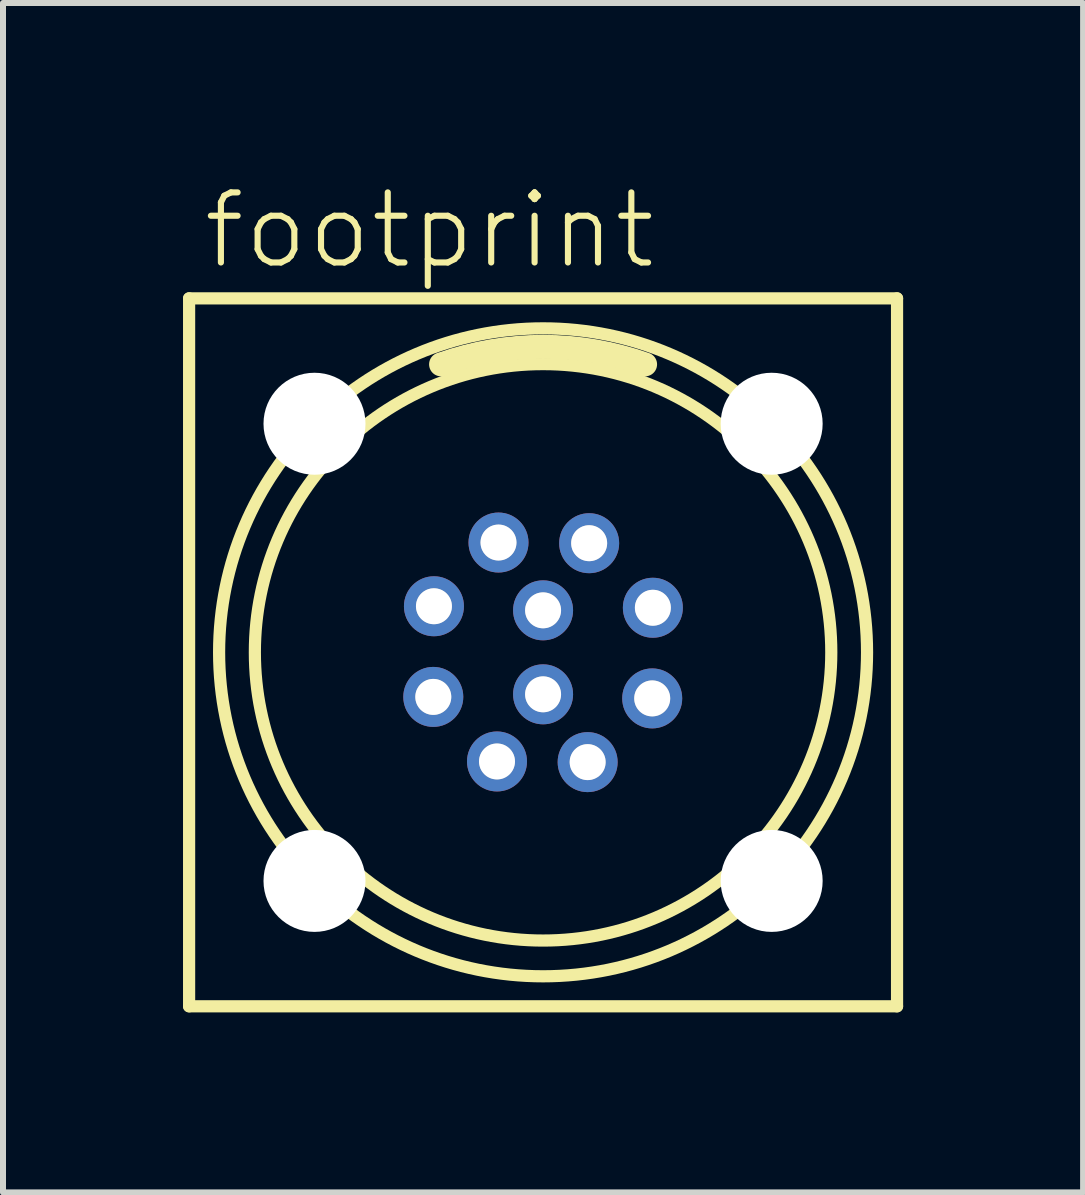
<source format=kicad_pcb>
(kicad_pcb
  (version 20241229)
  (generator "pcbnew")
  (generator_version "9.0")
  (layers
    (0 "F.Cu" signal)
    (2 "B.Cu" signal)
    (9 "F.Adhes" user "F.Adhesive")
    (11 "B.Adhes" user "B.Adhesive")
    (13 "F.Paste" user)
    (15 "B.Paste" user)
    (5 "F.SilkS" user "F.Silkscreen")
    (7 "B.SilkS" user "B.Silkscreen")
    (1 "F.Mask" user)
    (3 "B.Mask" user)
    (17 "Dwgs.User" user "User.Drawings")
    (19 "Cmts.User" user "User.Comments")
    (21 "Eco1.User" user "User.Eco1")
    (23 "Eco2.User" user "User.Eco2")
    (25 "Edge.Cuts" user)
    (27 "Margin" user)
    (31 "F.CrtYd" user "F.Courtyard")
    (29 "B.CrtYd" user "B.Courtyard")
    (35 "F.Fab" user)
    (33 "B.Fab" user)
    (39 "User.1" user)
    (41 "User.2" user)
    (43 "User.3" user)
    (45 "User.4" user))
  (footprint "footprint"
    (layer "F.Cu")
    (at 6.002 7.823)
    (property "Reference" "footprint" (at -5.715 -6.35 0) (layer "F.SilkS") (effects (font (size 1.168 1.168) (thickness 0.102)) (justify left bottom)))
    (fp_line (start -5.9 -5.9) (end 5.9 -5.9) (stroke (width 0.203) (type solid)) (layer "F.SilkS"))
    (fp_line (start -5.9 5.9) (end -5.9 -5.9) (stroke (width 0.203) (type solid)) (layer "F.SilkS"))
    (fp_line (start 5.9 -5.9) (end 5.9 5.9) (stroke (width 0.203) (type solid)) (layer "F.SilkS"))
    (fp_line (start 5.9 5.9) (end -5.9 5.9) (stroke (width 0.203) (type solid)) (layer "F.SilkS"))
    (fp_arc (start -1.7 -4.8) (mid 0 -5.092151) (end 1.7 -4.8) (stroke (width 0.4) (type solid)) (layer "F.SilkS"))
    (fp_circle (center 0 0) (end 4.804 0) (stroke (width 0.203) (type solid)) (fill no) (layer "F.SilkS"))
    (fp_circle (center 0 0) (end 5.4 0) (stroke (width 0.203) (type solid)) (fill no) (layer "F.SilkS"))
    (fp_circle (center -1.83 0.743) (end -1.631 0.743) (stroke (width 0.203) (type solid)) (fill no) (layer "F.Fab"))
    (fp_circle (center -1.819 -0.768) (end -1.621 -0.768) (stroke (width 0.203) (type solid)) (fill no) (layer "F.Fab"))
    (fp_circle (center -0.768 1.819) (end -0.57 1.819) (stroke (width 0.203) (type solid)) (fill no) (layer "F.Fab"))
    (fp_circle (center -0.743 -1.83) (end -0.545 -1.83) (stroke (width 0.203) (type solid)) (fill no) (layer "F.Fab"))
    (fp_circle (center 0 -0.7) (end 0.198 -0.7) (stroke (width 0.203) (type solid)) (fill no) (layer "F.Fab"))
    (fp_circle (center 0 0.7) (end 0.198 0.7) (stroke (width 0.203) (type solid)) (fill no) (layer "F.Fab"))
    (fp_circle (center 0.743 1.83) (end 0.941 1.83) (stroke (width 0.203) (type solid)) (fill no) (layer "F.Fab"))
    (fp_circle (center 0.768 -1.819) (end 0.967 -1.819) (stroke (width 0.203) (type solid)) (fill no) (layer "F.Fab"))
    (fp_circle (center 1.819 0.768) (end 2.018 0.768) (stroke (width 0.203) (type solid)) (fill no) (layer "F.Fab"))
    (fp_circle (center 1.83 -0.743) (end 2.028 -0.743) (stroke (width 0.203) (type solid)) (fill no) (layer "F.Fab"))
    (pad "" np_thru_hole circle (at -3.81 -3.81) (size 1.7 1.7) (drill 1.7) (layers "*.Cu" "*.Mask"))
    (pad "" np_thru_hole circle (at -3.81 3.81) (size 1.7 1.7) (drill 1.7) (layers "*.Cu" "*.Mask"))
    (pad "" np_thru_hole circle (at 3.81 -3.81) (size 1.7 1.7) (drill 1.7) (layers "*.Cu" "*.Mask"))
    (pad "" np_thru_hole circle (at 3.81 3.81) (size 1.7 1.7) (drill 1.7) (layers "*.Cu" "*.Mask"))
    (pad "1" thru_hole circle (at -0.743 -1.83 112.1) (size 1 1) (drill 0.6) (layers "*.Cu" "*.Mask"))
    (pad "2" thru_hole circle (at -1.819 -0.768 157.1) (size 1 1) (drill 0.6) (layers "*.Cu" "*.Mask"))
    (pad "3" thru_hole circle (at -1.83 0.743 202.1) (size 1 1) (drill 0.6) (layers "*.Cu" "*.Mask"))
    (pad "4" thru_hole circle (at -0.768 1.819 247.1) (size 1 1) (drill 0.6) (layers "*.Cu" "*.Mask"))
    (pad "5" thru_hole circle (at 0.743 1.83 292.1) (size 1 1) (drill 0.6) (layers "*.Cu" "*.Mask"))
    (pad "6" thru_hole circle (at 1.819 0.768 337.1) (size 1 1) (drill 0.6) (layers "*.Cu" "*.Mask"))
    (pad "7" thru_hole circle (at 1.83 -0.743 22.1) (size 1 1) (drill 0.6) (layers "*.Cu" "*.Mask"))
    (pad "8" thru_hole circle (at 0.768 -1.819 67.1) (size 1 1) (drill 0.6) (layers "*.Cu" "*.Mask"))
    (pad "9" thru_hole circle (at 0 -0.7 22.3) (size 1 1) (drill 0.6) (layers "*.Cu" "*.Mask"))
    (pad "10" thru_hole circle (at 0 0.7 22.3) (size 1 1) (drill 0.6) (layers "*.Cu" "*.Mask")))
  (gr_rect
    (start -3 -3)
    (end 15.003 16.825)
    (stroke (width 0.1) (type default))
    (fill no)
    (layer "Edge.Cuts")))
</source>
